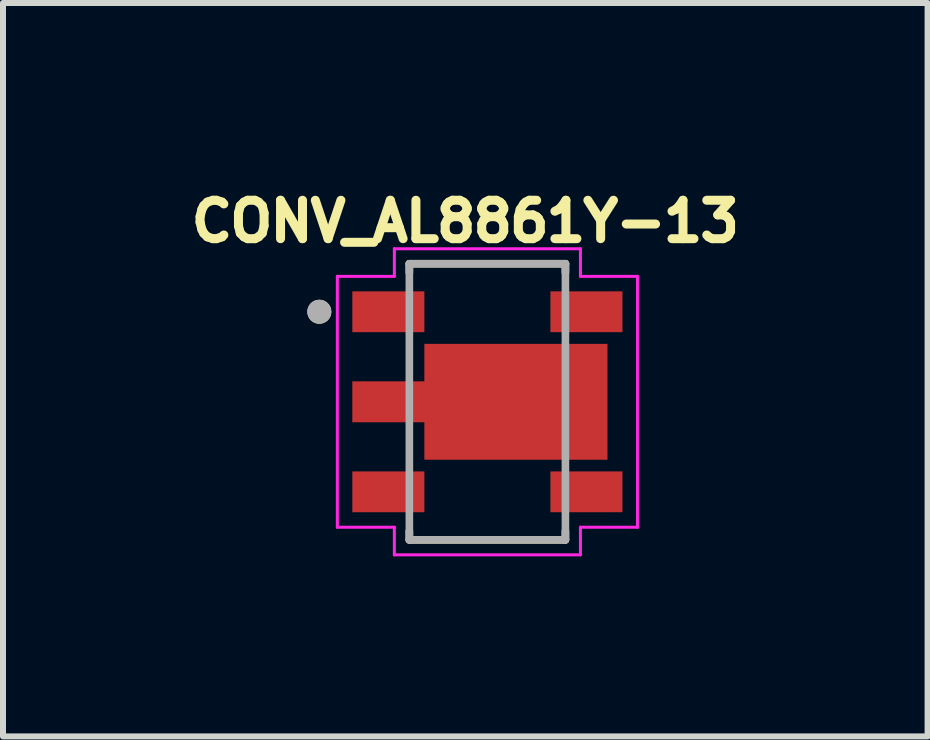
<source format=kicad_pcb>
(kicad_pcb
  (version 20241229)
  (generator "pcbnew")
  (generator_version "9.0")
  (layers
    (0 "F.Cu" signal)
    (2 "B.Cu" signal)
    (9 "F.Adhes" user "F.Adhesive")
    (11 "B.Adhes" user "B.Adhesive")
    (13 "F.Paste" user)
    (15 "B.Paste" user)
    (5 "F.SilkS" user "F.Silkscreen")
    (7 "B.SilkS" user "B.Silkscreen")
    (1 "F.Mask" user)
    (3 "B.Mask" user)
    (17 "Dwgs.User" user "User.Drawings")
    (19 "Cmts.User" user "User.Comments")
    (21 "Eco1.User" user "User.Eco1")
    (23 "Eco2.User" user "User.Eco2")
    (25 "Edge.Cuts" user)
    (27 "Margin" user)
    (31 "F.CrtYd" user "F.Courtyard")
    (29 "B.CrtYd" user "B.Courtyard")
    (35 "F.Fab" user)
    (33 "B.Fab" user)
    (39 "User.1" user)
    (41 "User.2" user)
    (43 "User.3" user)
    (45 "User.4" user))
  (footprint "CONV_AL8861Y-13"
    (layer "F.Cu")
    (at 5.07 3.644)
    (property "Reference" "CONV_AL8861Y-13" (at -0.368 -3.006 0) (layer "F.SilkS") (effects (font (size 0.64 0.64) (thickness 0.15))))
    (attr smd)
    (fp_poly (pts (xy -1.15 -0.44) (xy -1.15 -1.065) (xy 2.1 -1.065) (xy 2.1 1.065) (xy -1.15 1.065) (xy -1.15 0.44) (xy -2.35 0.44) (xy -2.35 -0.44)) (stroke (width 0.001) (type solid)) (fill yes) (layer "F.Mask"))
    (fp_line (start -1.3 -2.3) (end -1.3 -2.154) (stroke (width 0.127) (type solid)) (layer "F.SilkS"))
    (fp_line (start -1.3 2.154) (end -1.3 2.3) (stroke (width 0.127) (type solid)) (layer "F.SilkS"))
    (fp_line (start -1.3 2.3) (end 1.3 2.3) (stroke (width 0.127) (type solid)) (layer "F.SilkS"))
    (fp_line (start 1.3 -2.3) (end -1.3 -2.3) (stroke (width 0.127) (type solid)) (layer "F.SilkS"))
    (fp_line (start 1.3 -2.154) (end 1.3 -2.3) (stroke (width 0.127) (type solid)) (layer "F.SilkS"))
    (fp_line (start 1.3 2.3) (end 1.3 2.154) (stroke (width 0.127) (type solid)) (layer "F.SilkS"))
    (fp_circle (center -2.8 -1.5) (end -2.7 -1.5) (stroke (width 0.2) (type solid)) (fill no) (layer "F.SilkS"))
    (fp_poly (pts (xy -1.05 -0.34) (xy -1.05 -0.965) (xy 2 -0.965) (xy 2 0.965) (xy -1.05 0.965) (xy -1.05 0.34) (xy -2.25 0.34) (xy -2.25 -0.34)) (stroke (width 0.001) (type solid)) (fill yes) (layer "F.Paste"))
    (fp_line (start -2.5 -2.09) (end -1.55 -2.09) (stroke (width 0.05) (type solid)) (layer "F.CrtYd"))
    (fp_line (start -2.5 2.09) (end -2.5 -2.09) (stroke (width 0.05) (type solid)) (layer "F.CrtYd"))
    (fp_line (start -1.55 -2.55) (end 1.55 -2.55) (stroke (width 0.05) (type solid)) (layer "F.CrtYd"))
    (fp_line (start -1.55 -2.09) (end -1.55 -2.55) (stroke (width 0.05) (type solid)) (layer "F.CrtYd"))
    (fp_line (start -1.55 2.09) (end -2.5 2.09) (stroke (width 0.05) (type solid)) (layer "F.CrtYd"))
    (fp_line (start -1.55 2.55) (end -1.55 2.09) (stroke (width 0.05) (type solid)) (layer "F.CrtYd"))
    (fp_line (start 1.55 -2.55) (end 1.55 -2.09) (stroke (width 0.05) (type solid)) (layer "F.CrtYd"))
    (fp_line (start 1.55 -2.09) (end 2.5 -2.09) (stroke (width 0.05) (type solid)) (layer "F.CrtYd"))
    (fp_line (start 1.55 2.09) (end 1.55 2.55) (stroke (width 0.05) (type solid)) (layer "F.CrtYd"))
    (fp_line (start 1.55 2.55) (end -1.55 2.55) (stroke (width 0.05) (type solid)) (layer "F.CrtYd"))
    (fp_line (start 2.5 -2.09) (end 2.5 2.09) (stroke (width 0.05) (type solid)) (layer "F.CrtYd"))
    (fp_line (start 2.5 2.09) (end 1.55 2.09) (stroke (width 0.05) (type solid)) (layer "F.CrtYd"))
    (fp_line (start -1.3 -2.3) (end 1.3 -2.3) (stroke (width 0.127) (type solid)) (layer "F.Fab"))
    (fp_line (start -1.3 2.3) (end -1.3 -2.3) (stroke (width 0.127) (type solid)) (layer "F.Fab"))
    (fp_line (start 1.3 -2.3) (end 1.3 2.3) (stroke (width 0.127) (type solid)) (layer "F.Fab"))
    (fp_line (start 1.3 2.3) (end -1.3 2.3) (stroke (width 0.127) (type solid)) (layer "F.Fab"))
    (fp_circle (center -2.8 -1.5) (end -2.7 -1.5) (stroke (width 0.2) (type solid)) (fill no) (layer "F.Fab"))
    (pad "1" smd rect (at -1.65 -1.5) (size 1.2 0.68) (layers "F.Cu" "F.Mask" "F.Paste"))
    (pad "2" smd custom (at -1.65 0) (size 1.2 0.68) (layers "F.Cu") (options (anchor rect)) (primitives (gr_poly (pts (xy 0.6 -0.34) (xy 0.6 -0.965) (xy 3.65 -0.965) (xy 3.65 0.965) (xy 0.6 0.965) (xy 0.6 0.34) (xy -0.6 0.34) (xy -0.6 -0.34)) (width 0.001) (fill yes))))
    (pad "3" smd rect (at -1.65 1.5) (size 1.2 0.68) (layers "F.Cu" "F.Mask" "F.Paste"))
    (pad "4" smd rect (at 1.65 1.5) (size 1.2 0.68) (layers "F.Cu" "F.Mask" "F.Paste"))
    (pad "5" smd rect (at 1.65 -1.5) (size 1.2 0.68) (layers "F.Cu" "F.Mask" "F.Paste")))
  (gr_rect
    (start -3 -3)
    (end 12.404 9.219)
    (stroke (width 0.1) (type default))
    (fill no)
    (layer "Edge.Cuts")))
</source>
